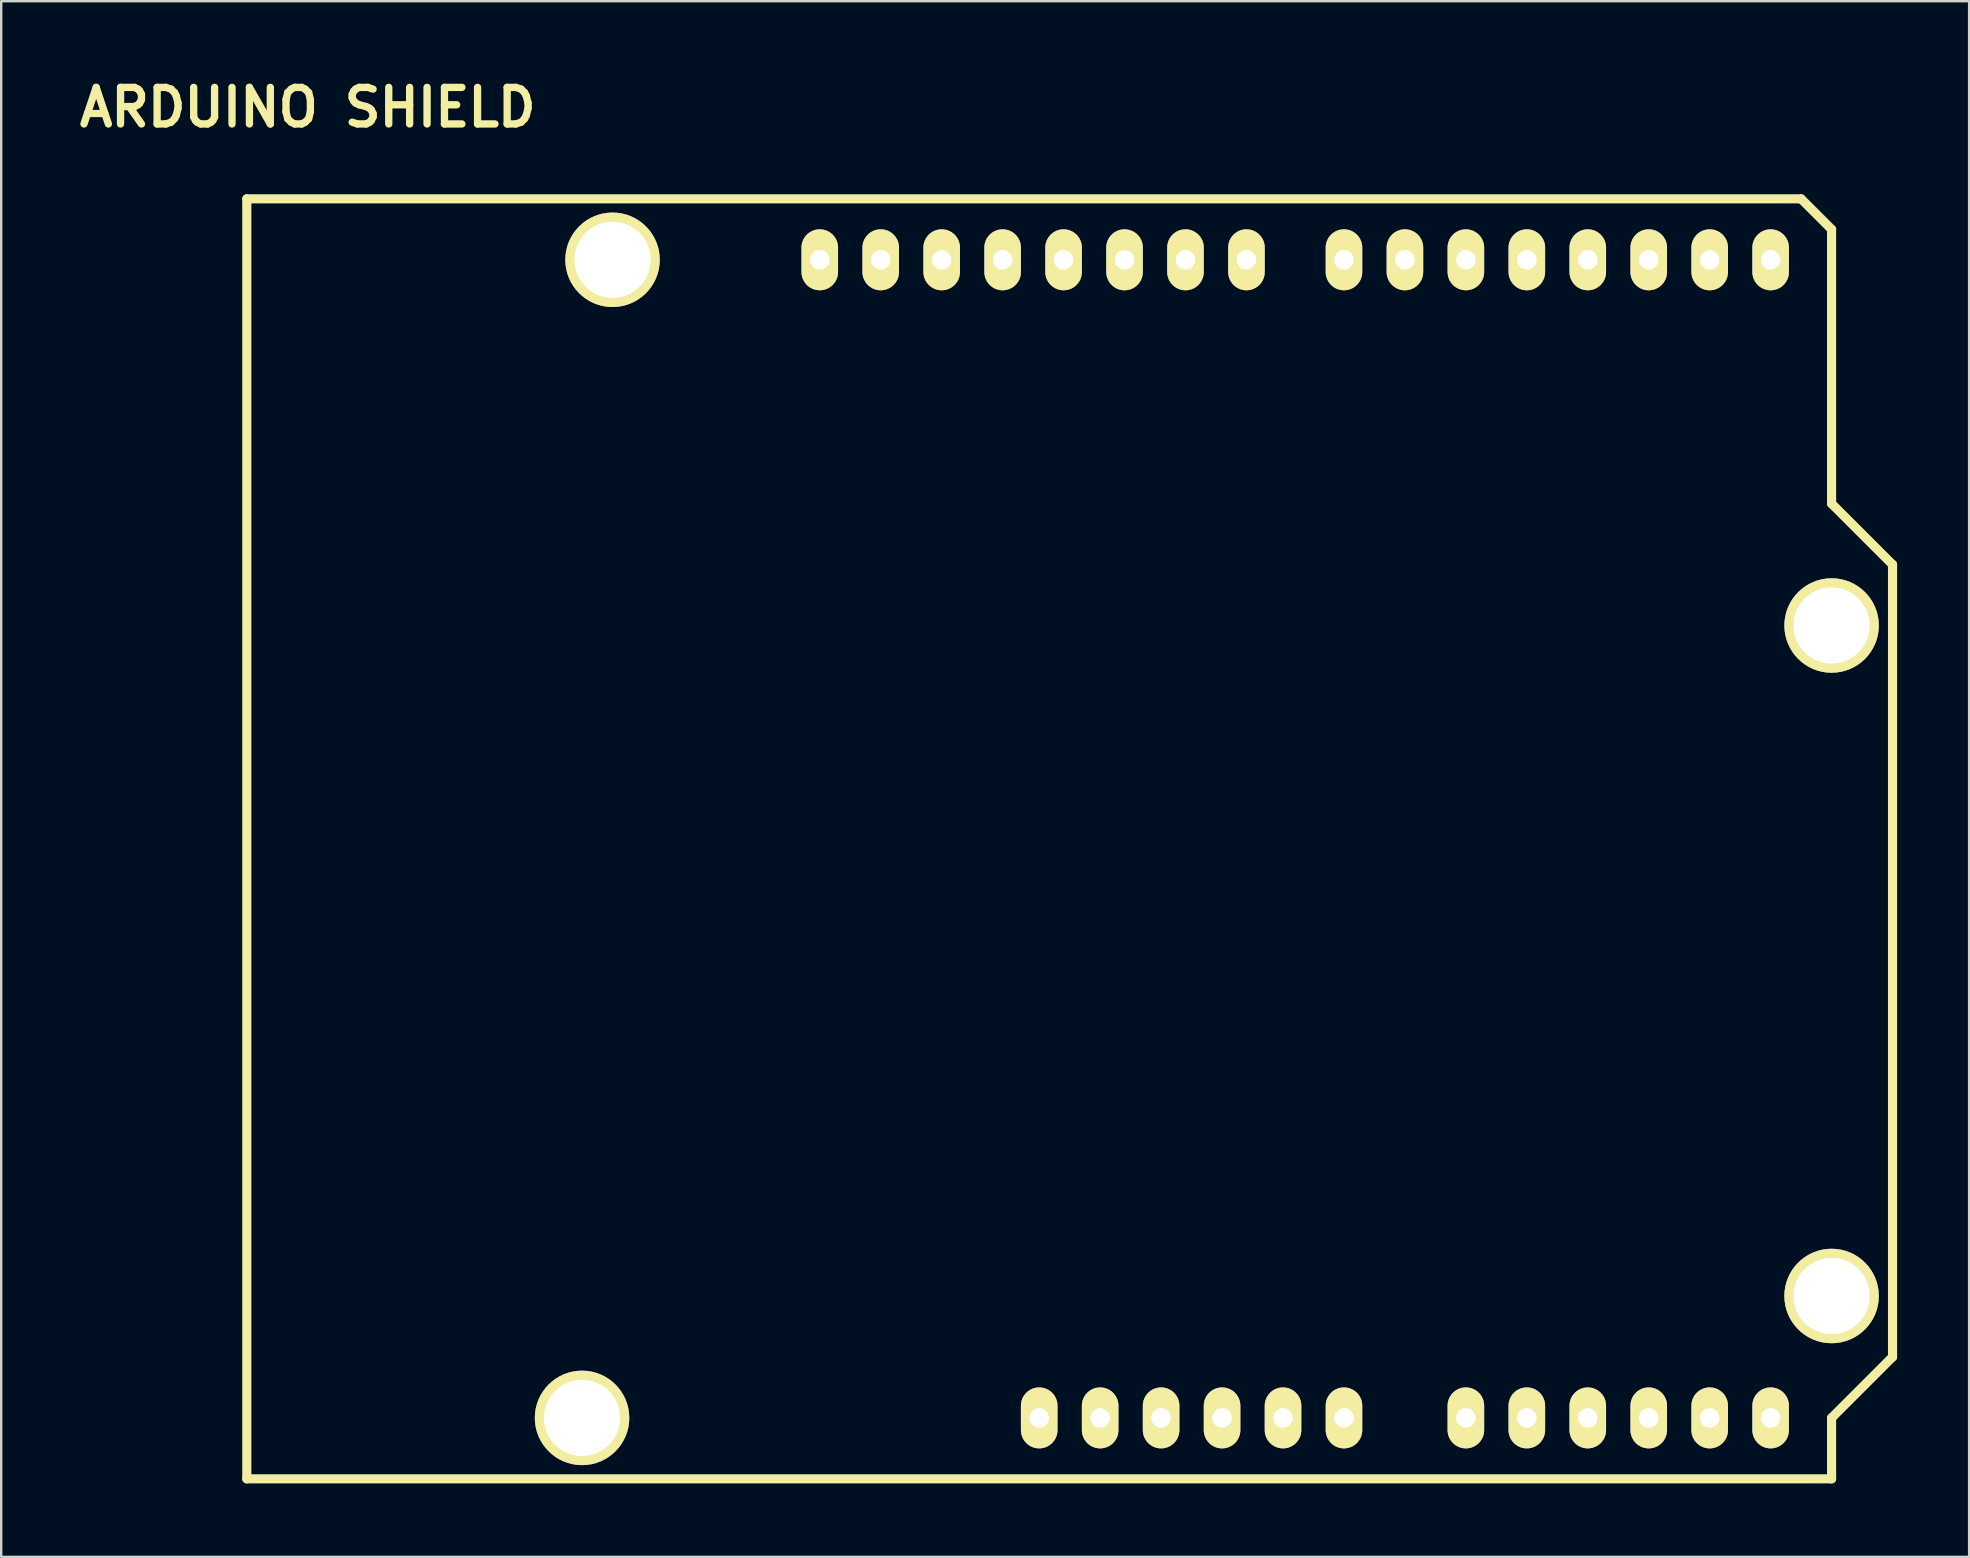
<source format=kicad_pcb>
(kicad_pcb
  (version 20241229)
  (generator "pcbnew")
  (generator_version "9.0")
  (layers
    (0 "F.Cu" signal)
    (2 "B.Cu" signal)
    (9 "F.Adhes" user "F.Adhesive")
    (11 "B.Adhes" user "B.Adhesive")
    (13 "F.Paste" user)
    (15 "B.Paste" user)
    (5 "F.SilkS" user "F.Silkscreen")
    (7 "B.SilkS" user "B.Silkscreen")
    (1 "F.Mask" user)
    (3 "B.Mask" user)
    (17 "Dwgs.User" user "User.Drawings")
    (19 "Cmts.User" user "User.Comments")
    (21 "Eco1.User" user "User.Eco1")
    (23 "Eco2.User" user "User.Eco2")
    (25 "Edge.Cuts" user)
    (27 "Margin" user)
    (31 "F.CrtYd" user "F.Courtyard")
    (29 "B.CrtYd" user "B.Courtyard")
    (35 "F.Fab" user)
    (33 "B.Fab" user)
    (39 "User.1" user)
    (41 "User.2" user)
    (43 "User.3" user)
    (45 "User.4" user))
  (footprint "ARDUINO SHIELD"
    (layer "F.Cu")
    (at 7.235 58.576)
    (property "Reference" "ARDUINO SHIELD" (at 2.54 -57.15 0) (layer "F.SilkS") (effects (font (size 1.524 1.524) (thickness 0.305))))
    (fp_line (start 0 0) (end 0 -53.34) (stroke (width 0.381) (type solid)) (layer "F.SilkS"))
    (fp_line (start 64.77 -53.34) (end 0 -53.34) (stroke (width 0.381) (type solid)) (layer "F.SilkS"))
    (fp_line (start 66.04 -52.07) (end 64.77 -53.34) (stroke (width 0.381) (type solid)) (layer "F.SilkS"))
    (fp_line (start 66.04 -40.64) (end 66.04 -52.07) (stroke (width 0.381) (type solid)) (layer "F.SilkS"))
    (fp_line (start 66.04 -40.64) (end 68.58 -38.1) (stroke (width 0.381) (type solid)) (layer "F.SilkS"))
    (fp_line (start 66.04 -2.54) (end 66.04 0) (stroke (width 0.381) (type solid)) (layer "F.SilkS"))
    (fp_line (start 66.04 0) (end 0 0) (stroke (width 0.381) (type solid)) (layer "F.SilkS"))
    (fp_line (start 68.58 -38.1) (end 68.58 -5.08) (stroke (width 0.381) (type solid)) (layer "F.SilkS"))
    (fp_line (start 68.58 -5.08) (end 66.04 -2.54) (stroke (width 0.381) (type solid)) (layer "F.SilkS"))
    (pad "" thru_hole circle (at 13.97 -2.54 90) (size 3.937 3.937) (drill 3.175) (layers "*.Cu" "*.Mask" "F.SilkS"))
    (pad "" thru_hole circle (at 15.24 -50.8 90) (size 3.937 3.937) (drill 3.175) (layers "*.Cu" "*.Mask" "F.SilkS"))
    (pad "" thru_hole circle (at 66.04 -35.56 90) (size 3.937 3.937) (drill 3.175) (layers "*.Cu" "*.Mask" "F.SilkS"))
    (pad "" thru_hole circle (at 66.04 -7.62 90) (size 3.937 3.937) (drill 3.175) (layers "*.Cu" "*.Mask" "F.SilkS"))
    (pad "0" thru_hole oval (at 63.5 -50.8 90) (size 2.54 1.524) (drill 0.813) (layers "*.Cu" "*.Mask" "F.SilkS"))
    (pad "1" thru_hole oval (at 60.96 -50.8 90) (size 2.54 1.524) (drill 0.813) (layers "*.Cu" "*.Mask" "F.SilkS"))
    (pad "2" thru_hole oval (at 58.42 -50.8 90) (size 2.54 1.524) (drill 0.813) (layers "*.Cu" "*.Mask" "F.SilkS"))
    (pad "3" thru_hole oval (at 55.88 -50.8 90) (size 2.54 1.524) (drill 0.813) (layers "*.Cu" "*.Mask" "F.SilkS"))
    (pad "3V3" thru_hole oval (at 35.56 -2.54 90) (size 2.54 1.524) (drill 0.813) (layers "*.Cu" "*.Mask" "F.SilkS"))
    (pad "4" thru_hole oval (at 53.34 -50.8 90) (size 2.54 1.524) (drill 0.813) (layers "*.Cu" "*.Mask" "F.SilkS"))
    (pad "5" thru_hole oval (at 50.8 -50.8 90) (size 2.54 1.524) (drill 0.813) (layers "*.Cu" "*.Mask" "F.SilkS"))
    (pad "5V" thru_hole oval (at 38.1 -2.54 90) (size 2.54 1.524) (drill 0.813) (layers "*.Cu" "*.Mask" "F.SilkS"))
    (pad "6" thru_hole oval (at 48.26 -50.8 90) (size 2.54 1.524) (drill 0.813) (layers "*.Cu" "*.Mask" "F.SilkS"))
    (pad "7" thru_hole oval (at 45.72 -50.8 90) (size 2.54 1.524) (drill 0.813) (layers "*.Cu" "*.Mask" "F.SilkS"))
    (pad "8" thru_hole oval (at 41.656 -50.8 90) (size 2.54 1.524) (drill 0.813) (layers "*.Cu" "*.Mask" "F.SilkS"))
    (pad "9" thru_hole oval (at 39.116 -50.8 90) (size 2.54 1.524) (drill 0.813) (layers "*.Cu" "*.Mask" "F.SilkS"))
    (pad "10" thru_hole oval (at 36.576 -50.8 90) (size 2.54 1.524) (drill 0.813) (layers "*.Cu" "*.Mask" "F.SilkS"))
    (pad "11" thru_hole oval (at 34.036 -50.8 90) (size 2.54 1.524) (drill 0.813) (layers "*.Cu" "*.Mask" "F.SilkS"))
    (pad "12" thru_hole oval (at 31.496 -50.8 90) (size 2.54 1.524) (drill 0.813) (layers "*.Cu" "*.Mask" "F.SilkS"))
    (pad "13" thru_hole oval (at 28.956 -50.8 90) (size 2.54 1.524) (drill 0.813) (layers "*.Cu" "*.Mask" "F.SilkS"))
    (pad "AD0" thru_hole oval (at 50.8 -2.54 90) (size 2.54 1.524) (drill 0.813) (layers "*.Cu" "*.Mask" "F.SilkS"))
    (pad "AD1" thru_hole oval (at 53.34 -2.54 90) (size 2.54 1.524) (drill 0.813) (layers "*.Cu" "*.Mask" "F.SilkS"))
    (pad "AD2" thru_hole oval (at 55.88 -2.54 90) (size 2.54 1.524) (drill 0.813) (layers "*.Cu" "*.Mask" "F.SilkS"))
    (pad "AD3" thru_hole oval (at 58.42 -2.54 90) (size 2.54 1.524) (drill 0.813) (layers "*.Cu" "*.Mask" "F.SilkS"))
    (pad "AD4" thru_hole oval (at 60.96 -2.54 90) (size 2.54 1.524) (drill 0.813) (layers "*.Cu" "*.Mask" "F.SilkS"))
    (pad "AD5" thru_hole oval (at 63.5 -2.54 90) (size 2.54 1.524) (drill 0.813) (layers "*.Cu" "*.Mask" "F.SilkS"))
    (pad "AREF" thru_hole oval (at 23.876 -50.8 90) (size 2.54 1.524) (drill 0.813) (layers "*.Cu" "*.Mask" "F.SilkS"))
    (pad "GND1" thru_hole oval (at 40.64 -2.54 90) (size 2.54 1.524) (drill 0.813) (layers "*.Cu" "*.Mask" "F.SilkS"))
    (pad "GND2" thru_hole oval (at 43.18 -2.54 90) (size 2.54 1.524) (drill 0.813) (layers "*.Cu" "*.Mask" "F.SilkS"))
    (pad "GND3" thru_hole oval (at 26.416 -50.8 90) (size 2.54 1.524) (drill 0.813) (layers "*.Cu" "*.Mask" "F.SilkS"))
    (pad "RST" thru_hole oval (at 33.02 -2.54 90) (size 2.54 1.524) (drill 0.813) (layers "*.Cu" "*.Mask" "F.SilkS"))
    (pad "V_IN" thru_hole oval (at 45.72 -2.54 90) (size 2.54 1.524) (drill 0.813) (layers "*.Cu" "*.Mask" "F.SilkS")))
  (gr_rect
    (start -3 -3)
    (end 79.006 61.826)
    (stroke (width 0.1) (type default))
    (fill no)
    (layer "Edge.Cuts")))
</source>
